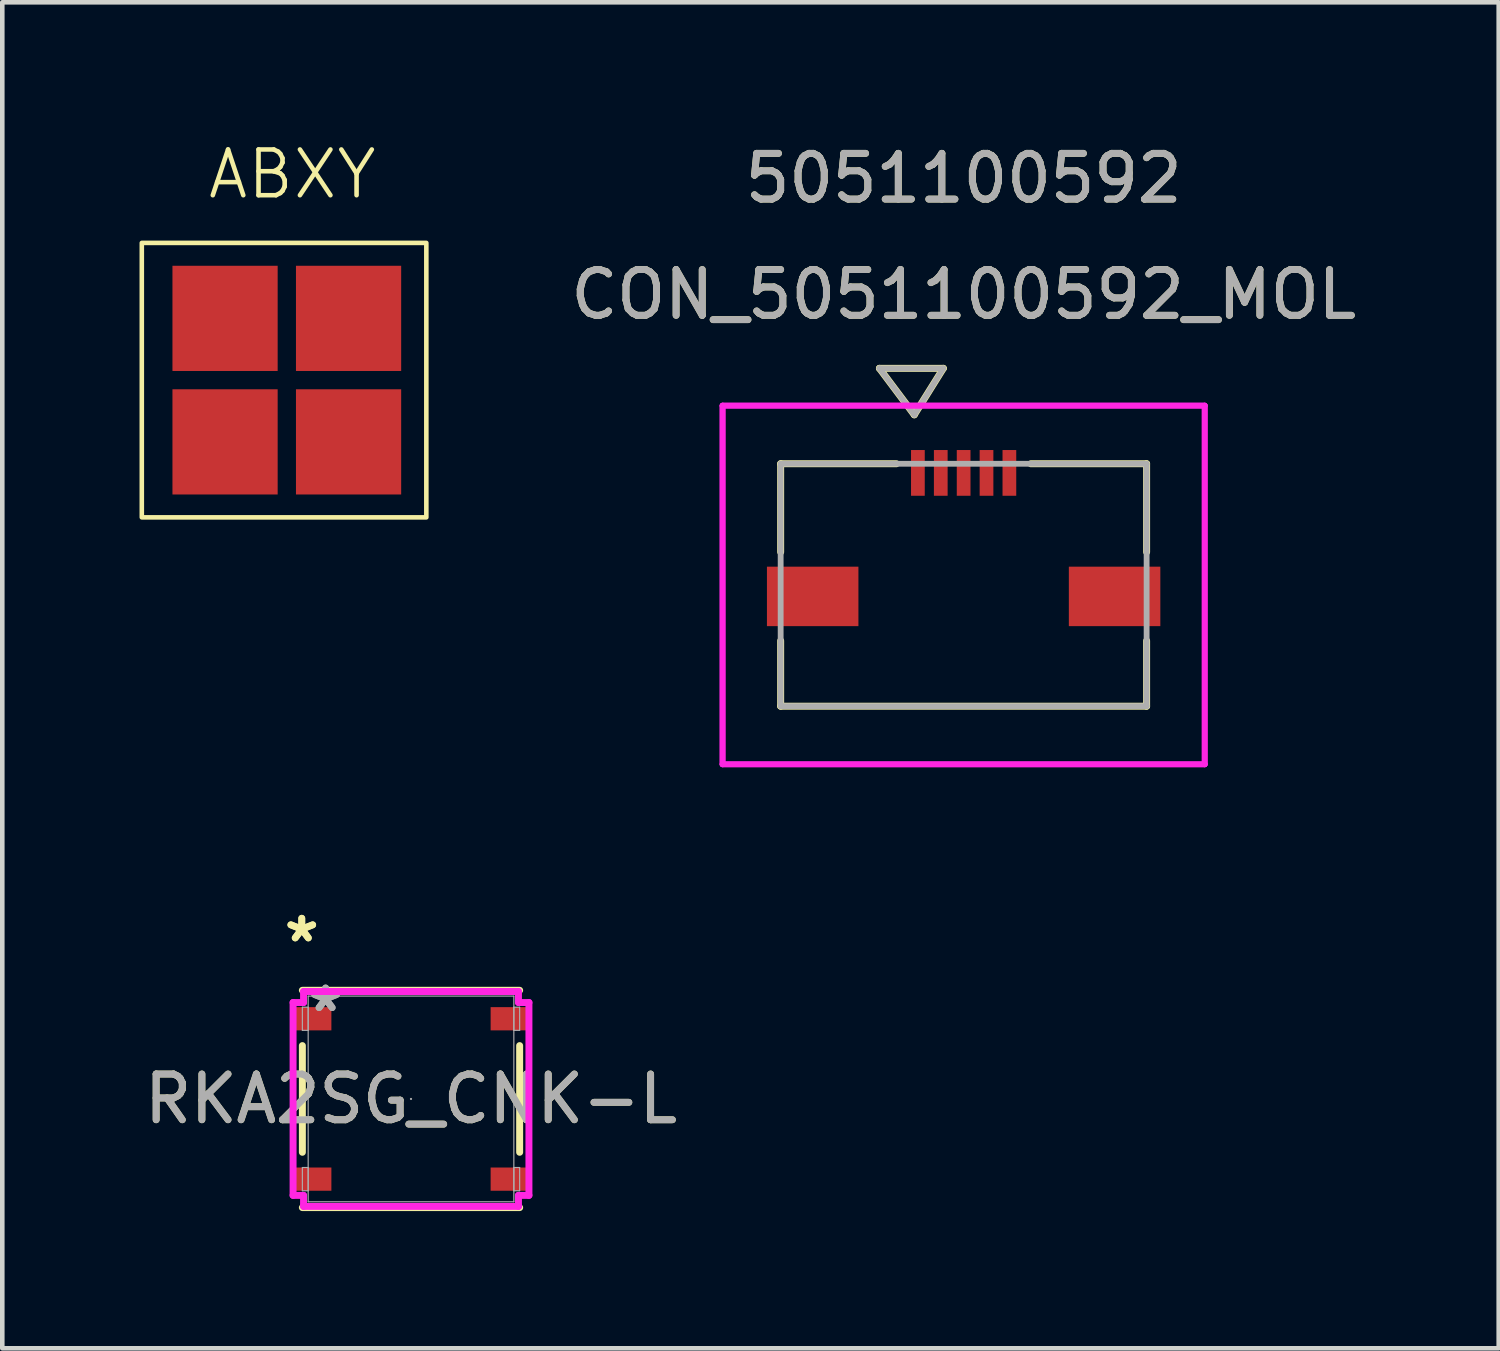
<source format=kicad_pcb>
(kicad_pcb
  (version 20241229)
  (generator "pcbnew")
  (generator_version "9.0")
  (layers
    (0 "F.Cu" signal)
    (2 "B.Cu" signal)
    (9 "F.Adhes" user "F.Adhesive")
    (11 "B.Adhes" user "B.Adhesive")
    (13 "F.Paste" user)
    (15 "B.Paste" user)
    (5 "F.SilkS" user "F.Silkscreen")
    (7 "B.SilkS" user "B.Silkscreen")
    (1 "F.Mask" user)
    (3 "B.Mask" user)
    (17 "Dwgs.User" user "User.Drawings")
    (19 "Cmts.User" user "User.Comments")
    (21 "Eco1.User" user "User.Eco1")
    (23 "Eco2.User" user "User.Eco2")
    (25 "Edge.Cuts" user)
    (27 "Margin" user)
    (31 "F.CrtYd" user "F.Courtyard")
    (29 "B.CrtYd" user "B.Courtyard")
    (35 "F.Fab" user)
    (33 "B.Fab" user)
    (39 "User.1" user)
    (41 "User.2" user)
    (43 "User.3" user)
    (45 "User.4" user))
  (footprint "ABXY"
    (layer "F.Cu")
    (at 1.87 3.91)
    (property "Reference" "ABXY" (at 1.47 -3.15 0) (unlocked yes) (layer "F.SilkS") (effects (font (size 1 1) (thickness 0.1))))
    (attr smd)
    (fp_rect (start -1.82 -1.65) (end 4.4 4.35) (stroke (width 0.1) (type default)) (fill no) (layer "F.SilkS"))
    (pad "1" smd rect (at 0 0) (size 2.3 2.3) (layers "F.Cu" "F.Mask" "F.Paste"))
    (pad "2" smd rect (at 2.7 2.7) (size 2.3 2.3) (layers "F.Cu" "F.Mask" "F.Paste"))
    (pad "3" smd rect (at 2.7 0) (size 2.3 2.3) (layers "F.Cu" "F.Mask" "F.Paste"))
    (pad "4" smd rect (at 0 2.7) (size 2.3 2.3) (layers "F.Cu" "F.Mask" "F.Paste")))
  (footprint "CON_5051100592_MOL"
    (layer "F.Cu")
    (at 18.016 9.738)
    (property "Reference" "CON_5051100592_MOL" (at 0 -6.35 0) (unlocked yes) (layer "F.SilkS") (effects (font (size 1 1) (thickness 0.15))))
    (attr smd)
    (fp_line (start -4 -2.65) (end -4 -0.72) (stroke (width 0.152) (type solid)) (layer "F.SilkS"))
    (fp_line (start -4 1.22) (end -4 2.65) (stroke (width 0.152) (type solid)) (layer "F.SilkS"))
    (fp_line (start -4 2.65) (end 4 2.65) (stroke (width 0.152) (type solid)) (layer "F.SilkS"))
    (fp_line (start -1.841 -4.736) (end -1.079 -3.72) (stroke (width 0.152) (type solid)) (layer "F.SilkS"))
    (fp_line (start -1.841 -4.736) (end -0.444 -4.736) (stroke (width 0.152) (type solid)) (layer "F.SilkS"))
    (fp_line (start -1.47 -2.65) (end -4 -2.65) (stroke (width 0.152) (type solid)) (layer "F.SilkS"))
    (fp_line (start -0.444 -4.736) (end -1.079 -3.72) (stroke (width 0.152) (type solid)) (layer "F.SilkS"))
    (fp_line (start 4 -2.65) (end 1.47 -2.65) (stroke (width 0.152) (type solid)) (layer "F.SilkS"))
    (fp_line (start 4 -0.72) (end 4 -2.65) (stroke (width 0.152) (type solid)) (layer "F.SilkS"))
    (fp_line (start 4 2.65) (end 4 1.22) (stroke (width 0.152) (type solid)) (layer "F.SilkS"))
    (fp_line (start -5.27 -3.92) (end -5.27 3.92) (stroke (width 0.127) (type solid)) (layer "F.CrtYd"))
    (fp_line (start -5.27 -3.92) (end -5.27 3.92) (stroke (width 0.127) (type solid)) (layer "F.CrtYd"))
    (fp_line (start -5.27 3.92) (end 5.27 3.92) (stroke (width 0.127) (type solid)) (layer "F.CrtYd"))
    (fp_line (start -5.27 3.92) (end 5.27 3.92) (stroke (width 0.127) (type solid)) (layer "F.CrtYd"))
    (fp_line (start 5.27 -3.92) (end -5.27 -3.92) (stroke (width 0.127) (type solid)) (layer "F.CrtYd"))
    (fp_line (start 5.27 -3.92) (end -5.27 -3.92) (stroke (width 0.127) (type solid)) (layer "F.CrtYd"))
    (fp_line (start 5.27 3.92) (end 5.27 -3.92) (stroke (width 0.127) (type solid)) (layer "F.CrtYd"))
    (fp_line (start 5.27 3.92) (end 5.27 -3.92) (stroke (width 0.127) (type solid)) (layer "F.CrtYd"))
    (fp_line (start -4 -2.65) (end -4 2.65) (stroke (width 0.127) (type solid)) (layer "F.Fab"))
    (fp_line (start -4 2.65) (end 4 2.65) (stroke (width 0.127) (type solid)) (layer "F.Fab"))
    (fp_line (start -1.841 -4.736) (end -1.079 -3.72) (stroke (width 0.127) (type solid)) (layer "F.Fab"))
    (fp_line (start -1.841 -4.736) (end -0.444 -4.736) (stroke (width 0.127) (type solid)) (layer "F.Fab"))
    (fp_line (start -0.444 -4.736) (end -1.079 -3.72) (stroke (width 0.127) (type solid)) (layer "F.Fab"))
    (fp_line (start 4 -2.65) (end -4 -2.65) (stroke (width 0.127) (type solid)) (layer "F.Fab"))
    (fp_line (start 4 2.65) (end 4 -2.65) (stroke (width 0.127) (type solid)) (layer "F.Fab"))
    (fp_text user "5051100592" (at 0 -8.89 0) (unlocked yes) (layer "F.SilkS") (effects (font (size 1 1) (thickness 0.15))))
    (fp_text user "5051100592" (at 0 -8.89 0) (unlocked yes) (layer "F.Fab") (effects (font (size 1 1) (thickness 0.15))))
    (fp_text user "${REFERENCE}" (at 0 -6.35 0) (unlocked yes) (layer "F.Fab") (effects (font (size 1 1) (thickness 0.15))))
    (pad "1" smd rect (at -1 -2.45) (size 0.3 1) (layers "F.Cu" "F.Mask" "F.Paste"))
    (pad "2" smd rect (at -0.5 -2.45) (size 0.3 1) (layers "F.Cu" "F.Mask" "F.Paste"))
    (pad "3" smd rect (at 0 -2.45) (size 0.3 1) (layers "F.Cu" "F.Mask" "F.Paste"))
    (pad "4" smd rect (at 0.5 -2.45) (size 0.3 1) (layers "F.Cu" "F.Mask" "F.Paste"))
    (pad "5" smd rect (at 1 -2.45) (size 0.3 1) (layers "F.Cu" "F.Mask" "F.Paste"))
    (pad "P1" smd rect (at -3.3 0.25) (size 2 1.3) (layers "F.Cu" "F.Mask" "F.Paste"))
    (pad "P2" smd rect (at 3.3 0.25) (size 2 1.3) (layers "F.Cu" "F.Mask" "F.Paste")))
  (footprint "RKA2SG_CNK-L"
    (layer "F.Cu")
    (at 5.935 20.974)
    (property "Reference" "RKA2SG_CNK-L" (at 0 0 0) (unlocked yes) (layer "F.SilkS") (effects (font (size 1 1) (thickness 0.15))))
    (attr smd)
    (fp_line (start -2.375 -1.166) (end -2.375 1.166) (stroke (width 0.152) (type solid)) (layer "F.SilkS"))
    (fp_line (start -2.375 2.375) (end 2.375 2.375) (stroke (width 0.152) (type solid)) (layer "F.SilkS"))
    (fp_line (start 2.375 -2.375) (end -2.375 -2.375) (stroke (width 0.152) (type solid)) (layer "F.SilkS"))
    (fp_line (start 2.375 1.166) (end 2.375 -1.166) (stroke (width 0.152) (type solid)) (layer "F.SilkS"))
    (fp_line (start -2.578 -2.108) (end -2.349 -2.108) (stroke (width 0.152) (type solid)) (layer "F.CrtYd"))
    (fp_line (start -2.578 2.108) (end -2.578 -2.108) (stroke (width 0.152) (type solid)) (layer "F.CrtYd"))
    (fp_line (start -2.349 -2.349) (end 2.349 -2.349) (stroke (width 0.152) (type solid)) (layer "F.CrtYd"))
    (fp_line (start -2.349 -2.108) (end -2.349 -2.349) (stroke (width 0.152) (type solid)) (layer "F.CrtYd"))
    (fp_line (start -2.349 2.108) (end -2.578 2.108) (stroke (width 0.152) (type solid)) (layer "F.CrtYd"))
    (fp_line (start -2.349 2.349) (end -2.349 2.108) (stroke (width 0.152) (type solid)) (layer "F.CrtYd"))
    (fp_line (start 2.349 -2.349) (end 2.349 -2.108) (stroke (width 0.152) (type solid)) (layer "F.CrtYd"))
    (fp_line (start 2.349 -2.108) (end 2.578 -2.108) (stroke (width 0.152) (type solid)) (layer "F.CrtYd"))
    (fp_line (start 2.349 2.108) (end 2.349 2.349) (stroke (width 0.152) (type solid)) (layer "F.CrtYd"))
    (fp_line (start 2.349 2.349) (end -2.349 2.349) (stroke (width 0.152) (type solid)) (layer "F.CrtYd"))
    (fp_line (start 2.578 -2.108) (end 2.578 2.108) (stroke (width 0.152) (type solid)) (layer "F.CrtYd"))
    (fp_line (start 2.578 2.108) (end 2.349 2.108) (stroke (width 0.152) (type solid)) (layer "F.CrtYd"))
    (fp_line (start -2.375 -2.007) (end -2.375 -1.499) (stroke (width 0.025) (type solid)) (layer "F.Fab"))
    (fp_line (start -2.375 -1.499) (end -2.248 -1.499) (stroke (width 0.025) (type solid)) (layer "F.Fab"))
    (fp_line (start -2.375 1.499) (end -2.375 2.007) (stroke (width 0.025) (type solid)) (layer "F.Fab"))
    (fp_line (start -2.375 2.007) (end -2.248 2.007) (stroke (width 0.025) (type solid)) (layer "F.Fab"))
    (fp_line (start -2.248 -2.248) (end -2.248 2.248) (stroke (width 0.025) (type solid)) (layer "F.Fab"))
    (fp_line (start -2.248 -2.007) (end -2.375 -2.007) (stroke (width 0.025) (type solid)) (layer "F.Fab"))
    (fp_line (start -2.248 -1.499) (end -2.248 -2.007) (stroke (width 0.025) (type solid)) (layer "F.Fab"))
    (fp_line (start -2.248 1.499) (end -2.375 1.499) (stroke (width 0.025) (type solid)) (layer "F.Fab"))
    (fp_line (start -2.248 2.007) (end -2.248 1.499) (stroke (width 0.025) (type solid)) (layer "F.Fab"))
    (fp_line (start -2.248 2.248) (end 2.248 2.248) (stroke (width 0.025) (type solid)) (layer "F.Fab"))
    (fp_line (start 2.248 -2.248) (end -2.248 -2.248) (stroke (width 0.025) (type solid)) (layer "F.Fab"))
    (fp_line (start 2.248 -2.007) (end 2.248 -1.499) (stroke (width 0.025) (type solid)) (layer "F.Fab"))
    (fp_line (start 2.248 -1.499) (end 2.375 -1.499) (stroke (width 0.025) (type solid)) (layer "F.Fab"))
    (fp_line (start 2.248 1.499) (end 2.248 2.007) (stroke (width 0.025) (type solid)) (layer "F.Fab"))
    (fp_line (start 2.248 2.007) (end 2.375 2.007) (stroke (width 0.025) (type solid)) (layer "F.Fab"))
    (fp_line (start 2.248 2.248) (end 2.248 -2.248) (stroke (width 0.025) (type solid)) (layer "F.Fab"))
    (fp_line (start 2.375 -2.007) (end 2.248 -2.007) (stroke (width 0.025) (type solid)) (layer "F.Fab"))
    (fp_line (start 2.375 -1.499) (end 2.375 -2.007) (stroke (width 0.025) (type solid)) (layer "F.Fab"))
    (fp_line (start 2.375 1.499) (end 2.248 1.499) (stroke (width 0.025) (type solid)) (layer "F.Fab"))
    (fp_line (start 2.375 2.007) (end 2.375 1.499) (stroke (width 0.025) (type solid)) (layer "F.Fab"))
    (fp_circle (center 0 0) (end 0 0) (stroke (width 0.025) (type solid)) (fill no) (layer "F.Fab"))
    (fp_text user "*" (at -2.388 -3.404 0) (layer "F.SilkS") (effects (font (size 1 1) (thickness 0.15))))
    (fp_text user "*" (at -2.388 -3.404 0) (unlocked yes) (layer "F.SilkS") (effects (font (size 1 1) (thickness 0.15))))
    (fp_text user "${REFERENCE}" (at 0 0 0) (unlocked yes) (layer "F.Fab") (effects (font (size 1 1) (thickness 0.15))))
    (fp_text user "*" (at -1.867 -1.88 0) (unlocked yes) (layer "F.Fab") (effects (font (size 1 1) (thickness 0.15))))
    (fp_text user "*" (at -1.867 -1.88 0) (layer "F.Fab") (effects (font (size 1 1) (thickness 0.15))))
    (pad "1" smd rect (at -2.134 -1.753) (size 0.787 0.508) (layers "F.Cu" "F.Mask" "F.Paste"))
    (pad "2" smd rect (at 2.134 -1.753) (size 0.787 0.508) (layers "F.Cu" "F.Mask" "F.Paste"))
    (pad "3" smd rect (at -2.134 1.753) (size 0.787 0.508) (layers "F.Cu" "F.Mask" "F.Paste"))
    (pad "4" smd rect (at 2.134 1.753) (size 0.787 0.508) (layers "F.Cu" "F.Mask" "F.Paste")))
  (gr_rect
    (start -3 -3)
    (end 29.713 26.425)
    (stroke (width 0.1) (type default))
    (fill no)
    (layer "Edge.Cuts")))
</source>
